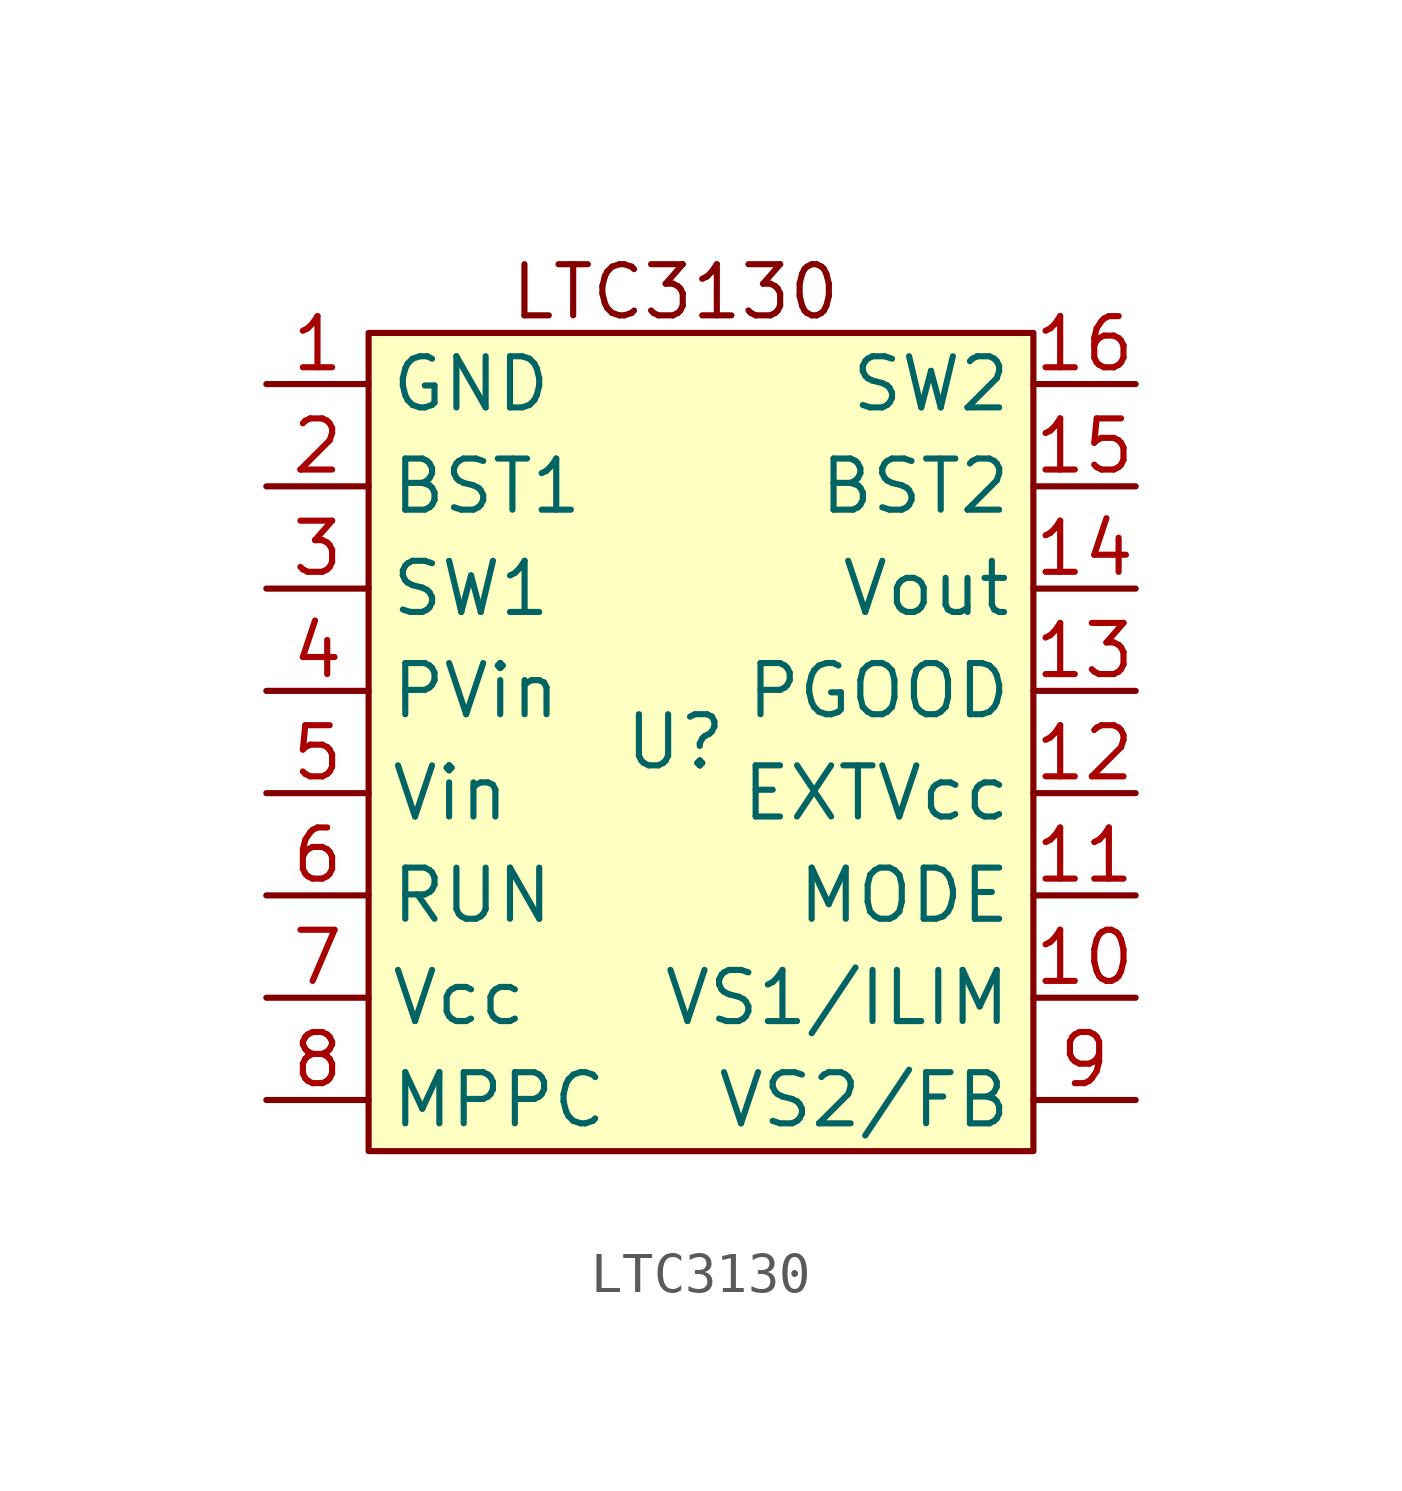
<source format=kicad_sym>
(kicad_symbol_lib
  (version 20231120)
  (generator "kicad_symbol_editor")
  (generator_version "8.0")
  (symbol "LTC3130"
    (property "Reference" "U"
      (at 0 0 0)
      (effects (font (size 1.27 1.27))))
    (property "Value" ""
      (at 0 0 0)
      (effects (font (size 1.27 1.27))))
    (symbol "LTC3130_1_1"
      (rectangle (start -7.62 10.16) (end 8.89 -10.16) (stroke (width 0) (type default)) (fill (type background)))
      (text "LTC3130" (at 0 11.176 0) (effects (font (size 1.27 1.27))))
      (pin input line (at -10.16 8.89 0) (length 2.54) (name "GND" (effects (font (size 1.27 1.27)))) (number "1" (effects (font (size 1.27 1.27)))))
      (pin input line (at 11.43 -6.35 180) (length 2.54) (name "VS1/ILIM" (effects (font (size 1.27 1.27)))) (number "10" (effects (font (size 1.27 1.27)))))
      (pin input line (at 11.43 -3.81 180) (length 2.54) (name "MODE" (effects (font (size 1.27 1.27)))) (number "11" (effects (font (size 1.27 1.27)))))
      (pin input line (at 11.43 -1.27 180) (length 2.54) (name "EXTVcc" (effects (font (size 1.27 1.27)))) (number "12" (effects (font (size 1.27 1.27)))))
      (pin input line (at 11.43 1.27 180) (length 2.54) (name "PGOOD" (effects (font (size 1.27 1.27)))) (number "13" (effects (font (size 1.27 1.27)))))
      (pin input line (at 11.43 3.81 180) (length 2.54) (name "Vout" (effects (font (size 1.27 1.27)))) (number "14" (effects (font (size 1.27 1.27)))))
      (pin input line (at 11.43 6.35 180) (length 2.54) (name "BST2" (effects (font (size 1.27 1.27)))) (number "15" (effects (font (size 1.27 1.27)))))
      (pin input line (at 11.43 8.89 180) (length 2.54) (name "SW2" (effects (font (size 1.27 1.27)))) (number "16" (effects (font (size 1.27 1.27)))))
      (pin input line (at -10.16 6.35 0) (length 2.54) (name "BST1" (effects (font (size 1.27 1.27)))) (number "2" (effects (font (size 1.27 1.27)))))
      (pin input line (at -10.16 3.81 0) (length 2.54) (name "SW1" (effects (font (size 1.27 1.27)))) (number "3" (effects (font (size 1.27 1.27)))))
      (pin input line (at -10.16 1.27 0) (length 2.54) (name "PVin" (effects (font (size 1.27 1.27)))) (number "4" (effects (font (size 1.27 1.27)))))
      (pin input line (at -10.16 -1.27 0) (length 2.54) (name "Vin" (effects (font (size 1.27 1.27)))) (number "5" (effects (font (size 1.27 1.27)))))
      (pin input line (at -10.16 -3.81 0) (length 2.54) (name "RUN" (effects (font (size 1.27 1.27)))) (number "6" (effects (font (size 1.27 1.27)))))
      (pin input line (at -10.16 -6.35 0) (length 2.54) (name "Vcc" (effects (font (size 1.27 1.27)))) (number "7" (effects (font (size 1.27 1.27)))))
      (pin input line (at -10.16 -8.89 0) (length 2.54) (name "MPPC" (effects (font (size 1.27 1.27)))) (number "8" (effects (font (size 1.27 1.27)))))
      (pin input line (at 11.43 -8.89 180) (length 2.54) (name "VS2/FB" (effects (font (size 1.27 1.27)))) (number "9" (effects (font (size 1.27 1.27))))))))
</source>
